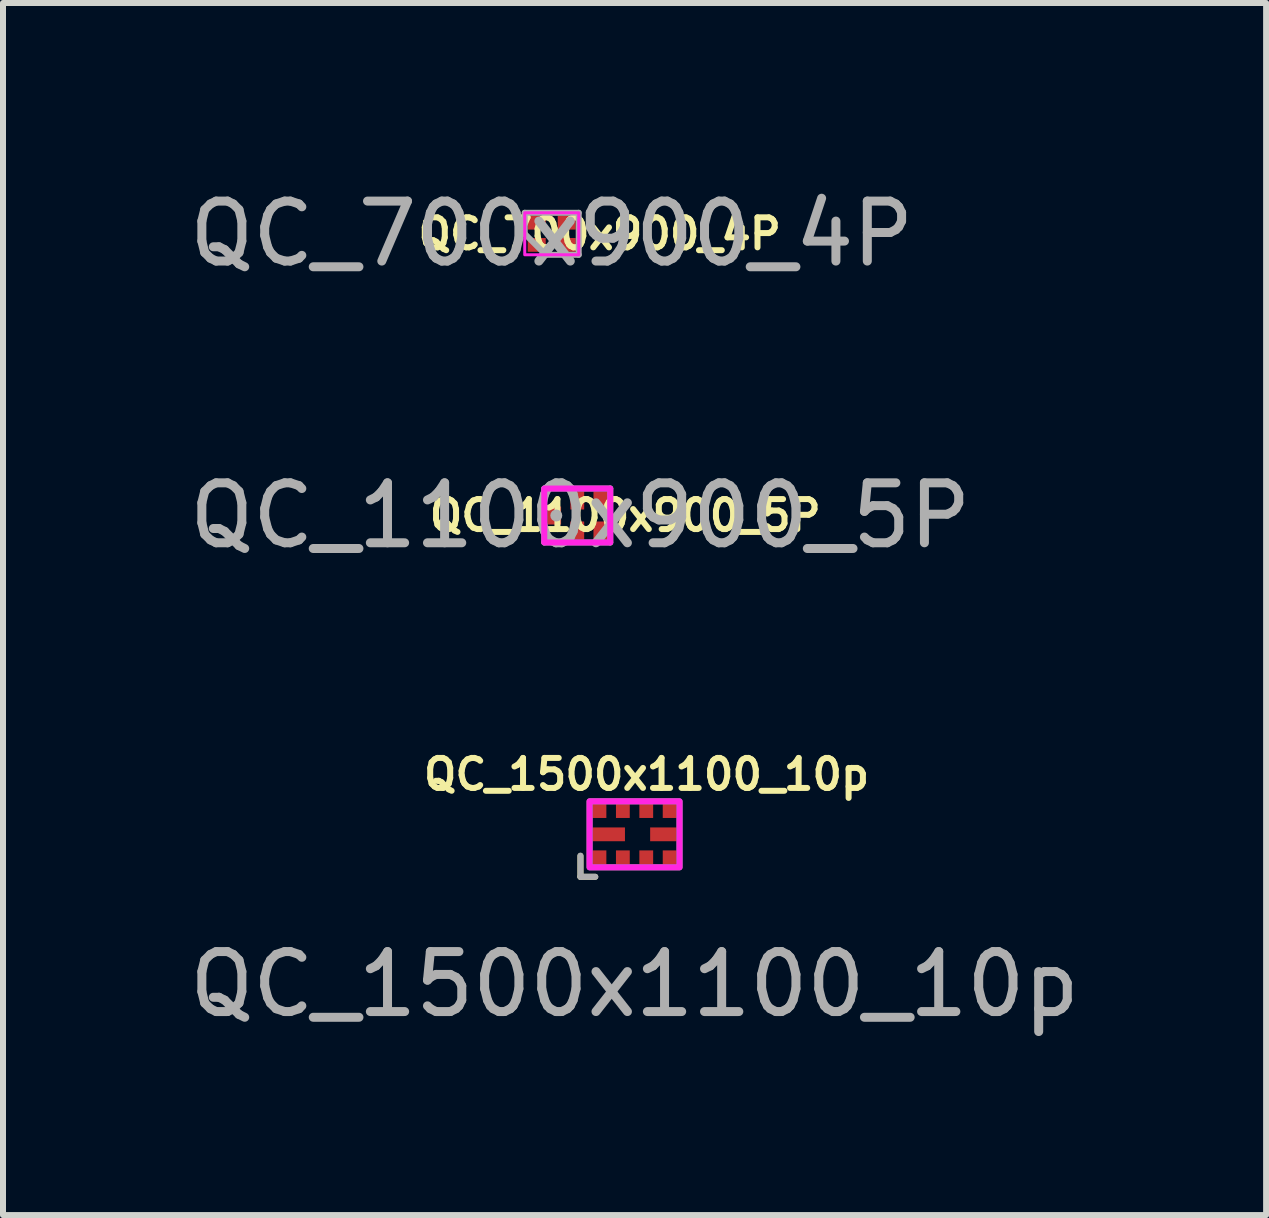
<source format=kicad_pcb>
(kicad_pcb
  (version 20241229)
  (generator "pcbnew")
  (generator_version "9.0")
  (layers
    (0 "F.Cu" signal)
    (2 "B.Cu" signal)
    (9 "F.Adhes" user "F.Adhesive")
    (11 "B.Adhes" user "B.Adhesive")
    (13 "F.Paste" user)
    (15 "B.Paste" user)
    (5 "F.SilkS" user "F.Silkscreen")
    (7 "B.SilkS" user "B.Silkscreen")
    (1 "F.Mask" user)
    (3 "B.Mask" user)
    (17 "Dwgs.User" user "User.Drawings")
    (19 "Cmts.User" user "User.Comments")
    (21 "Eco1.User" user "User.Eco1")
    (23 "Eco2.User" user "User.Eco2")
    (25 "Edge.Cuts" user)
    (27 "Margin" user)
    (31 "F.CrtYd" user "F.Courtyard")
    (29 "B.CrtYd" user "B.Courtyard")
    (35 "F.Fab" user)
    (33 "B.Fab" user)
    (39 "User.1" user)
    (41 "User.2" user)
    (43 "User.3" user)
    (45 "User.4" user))
  (footprint "QC_1100x900_5P"
    (layer "F.Cu")
    (at 6.575 5.545)
    (property "Reference" "QC_1100x900_5P" (at 0.8 0 0) (unlocked yes) (layer "F.SilkS") (effects (font (size 0.5 0.5) (thickness 0.1) (bold yes))))
    (attr smd)
    (fp_rect (start -0.55 -0.45) (end 0.55 0.45) (stroke (width 0.1) (type default)) (fill no) (layer "F.CrtYd"))
    (fp_line (start -0.55 -0.45) (end 0.55 -0.45) (stroke (width 0.1) (type default)) (layer "F.Fab"))
    (fp_line (start -0.55 0.45) (end -0.55 -0.45) (stroke (width 0.1) (type default)) (layer "F.Fab"))
    (fp_line (start 0.55 -0.45) (end 0.55 0.45) (stroke (width 0.1) (type default)) (layer "F.Fab"))
    (fp_line (start 0.55 0.45) (end -0.55 0.45) (stroke (width 0.1) (type default)) (layer "F.Fab"))
    (fp_circle (center -0.35 0) (end -0.3 0) (stroke (width 0.1) (type default)) (fill no) (layer "F.Fab"))
    (fp_text user "${REFERENCE}" (at 0.05 0 0) (unlocked yes) (layer "F.Fab") (effects (font (size 1 1) (thickness 0.15))))
    (pad "1" smd rect (at -0.385 0 90) (size 0.3 0.23) (layers "F.Cu" "F.Mask" "F.Paste"))
    (pad "2" smd rect (at 0 0.25 90) (size 0.3 0.23) (layers "F.Cu" "F.Mask" "F.Paste"))
    (pad "3" smd rect (at 0.385 0.25 90) (size 0.3 0.23) (layers "F.Cu" "F.Mask" "F.Paste"))
    (pad "4" smd rect (at 0.385 -0.25 90) (size 0.3 0.23) (layers "F.Cu" "F.Mask" "F.Paste"))
    (pad "5" smd rect (at 0 -0.25 90) (size 0.3 0.23) (layers "F.Cu" "F.Mask" "F.Paste")))
  (footprint "QC_1500x1100_10p"
    (layer "F.Cu")
    (at 7.53 10.861)
    (property "Reference" "QC_1500x1100_10p" (at 0.2 -1 0) (unlocked yes) (layer "F.SilkS") (effects (font (size 0.5 0.5) (thickness 0.1))))
    (attr smd)
    (fp_line (start -0.902 0.36) (end -0.902 0.708) (stroke (width 0.1) (type default)) (layer "F.SilkS"))
    (fp_line (start -0.902 0.708) (end -0.655 0.708) (stroke (width 0.1) (type default)) (layer "F.SilkS"))
    (fp_rect (start -0.75 -0.55) (end 0.75 0.55) (stroke (width 0.1) (type default)) (fill no) (layer "F.CrtYd"))
    (fp_line (start -0.902 0.355) (end -0.902 0.708) (stroke (width 0.1) (type default)) (layer "F.Fab"))
    (fp_line (start -0.902 0.708) (end -0.655 0.708) (stroke (width 0.1) (type default)) (layer "F.Fab"))
    (fp_rect (start -0.75 -0.55) (end 0.75 0.55) (stroke (width 0.1) (type default)) (fill no) (layer "F.Fab"))
    (fp_text user "${REFERENCE}" (at 0 2.5 0) (unlocked yes) (layer "F.Fab") (effects (font (size 1 1) (thickness 0.15))))
    (pad "1" smd rect (at -0.585 0.383) (size 0.23 0.23) (layers "F.Cu" "F.Mask" "F.Paste"))
    (pad "2" smd rect (at -0.195 0.383) (size 0.23 0.23) (layers "F.Cu" "F.Mask" "F.Paste"))
    (pad "3" smd rect (at 0.195 0.383) (size 0.23 0.23) (layers "F.Cu" "F.Mask" "F.Paste"))
    (pad "4" smd rect (at 0.585 0.383) (size 0.23 0.23) (layers "F.Cu" "F.Mask" "F.Paste"))
    (pad "5" smd rect (at 0.48 0) (size 0.44 0.23) (layers "F.Cu" "F.Mask" "F.Paste"))
    (pad "6" smd rect (at 0.585 -0.388) (size 0.23 0.23) (layers "F.Cu" "F.Mask" "F.Paste"))
    (pad "7" smd rect (at 0.195 -0.388) (size 0.23 0.23) (layers "F.Cu" "F.Mask" "F.Paste"))
    (pad "8" smd rect (at -0.195 -0.388) (size 0.23 0.23) (layers "F.Cu" "F.Mask" "F.Paste"))
    (pad "9" smd rect (at -0.585 -0.388) (size 0.23 0.23) (layers "F.Cu" "F.Mask" "F.Paste"))
    (pad "10" smd rect (at -0.43 0) (size 0.54 0.23) (layers "F.Cu" "F.Mask" "F.Paste")))
  (footprint "QC_700x900_4P"
    (layer "F.Cu")
    (at 6.149 0.848)
    (property "Reference" "QC_700x900_4P" (at 0.8 0 0) (unlocked yes) (layer "F.SilkS") (effects (font (size 0.5 0.5) (thickness 0.1) (bold yes))))
    (attr smd)
    (fp_rect (start -0.45 -0.35) (end 0.45 0.35) (stroke (width 0.05) (type default)) (fill no) (layer "F.CrtYd"))
    (fp_line (start -0.45 -0.35) (end 0.45 -0.35) (stroke (width 0.1) (type default)) (layer "F.Fab"))
    (fp_line (start -0.45 0) (end -0.45 -0.35) (stroke (width 0.1) (type default)) (layer "F.Fab"))
    (fp_line (start -0.1 0.35) (end -0.45 0) (stroke (width 0.1) (type default)) (layer "F.Fab"))
    (fp_line (start 0.45 -0.35) (end 0.45 0.35) (stroke (width 0.1) (type default)) (layer "F.Fab"))
    (fp_line (start 0.45 0.35) (end -0.1 0.35) (stroke (width 0.1) (type default)) (layer "F.Fab"))
    (fp_text user "${REFERENCE}" (at 0 0 0) (unlocked yes) (layer "F.Fab") (effects (font (size 1 1) (thickness 0.15))))
    (pad "1" smd rect (at -0.25 0.185 180) (size 0.3 0.23) (layers "F.Cu" "F.Mask" "F.Paste"))
    (pad "2" smd rect (at 0.25 0.185 180) (size 0.3 0.23) (layers "F.Cu" "F.Mask" "F.Paste"))
    (pad "3" smd rect (at 0.25 -0.185 180) (size 0.3 0.23) (layers "F.Cu" "F.Mask" "F.Paste"))
    (pad "4" smd rect (at -0.25 -0.185 180) (size 0.3 0.23) (layers "F.Cu" "F.Mask" "F.Paste")))
  (gr_rect
    (start -3 -3)
    (end 18.06 17.209)
    (stroke (width 0.1) (type default))
    (fill no)
    (layer "Edge.Cuts")))
</source>
